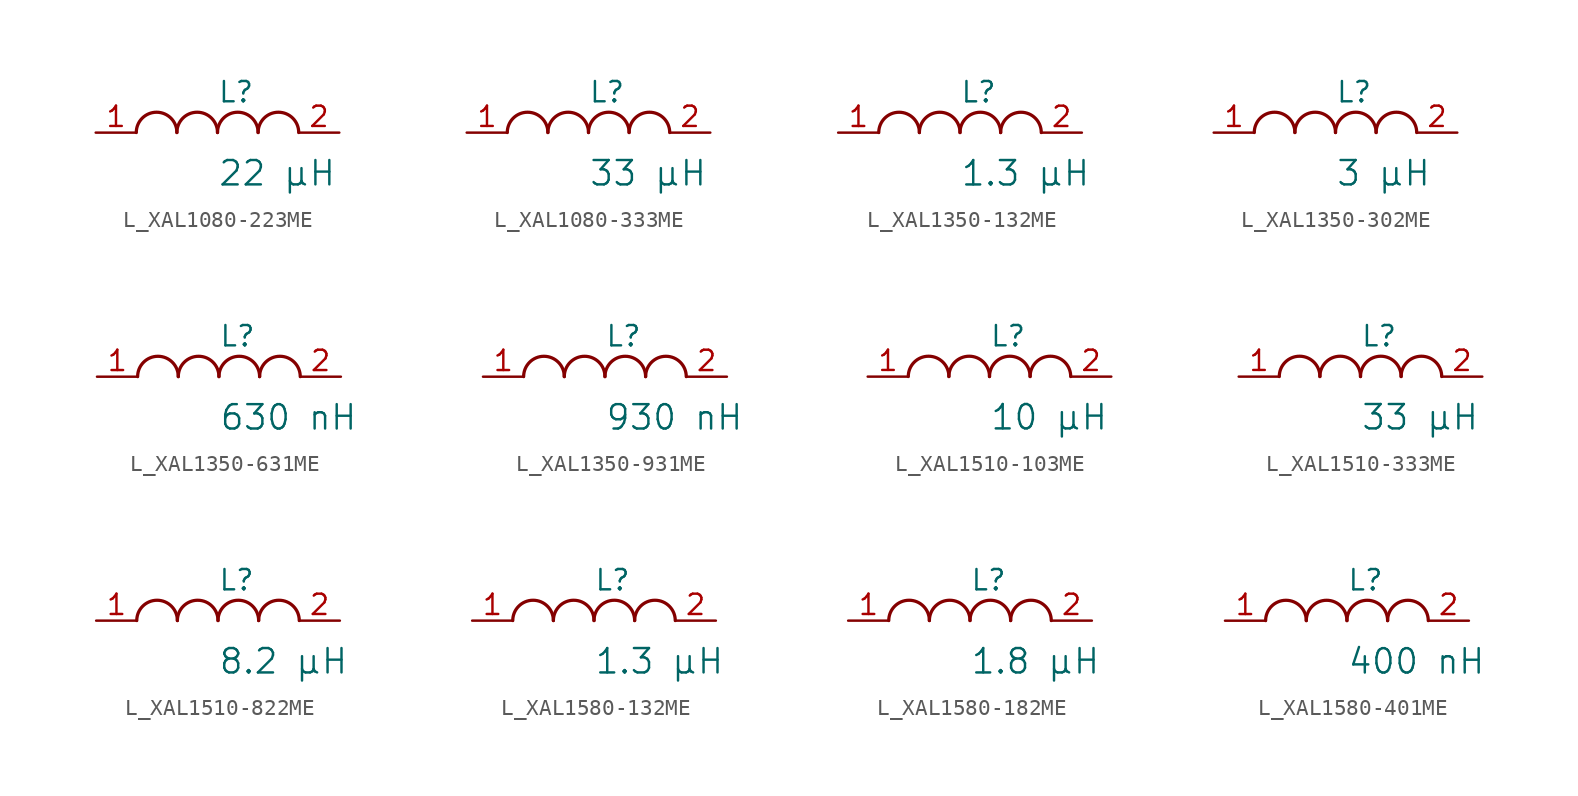
<source format=kicad_sym>
(kicad_symbol_lib
  (version 20231120)
  (generator "kicad_symbol_editor")
  (generator_version "8.0")
  (symbol "L_XAL1080-223ME"
    (pin_names
      (offset 0.254))
    (property "Reference" "L"
      (at 0 2.54 0)
      (effects (font (size 1.27 1.27)) (justify left)))
    (property "Value" "22 µH"
      (at 0 -2.54 0)
      (effects (font (size 1.524 1.524)) (justify left)))
    (symbol "L_XAL1080-223ME_1_1"
      (arc (start -2.54 0.0056) (mid -3.81 1.27) (end -5.08 0.0056) (stroke (width 0.2032) (type default)) (fill (type none)))
      (arc (start 0 0.0056) (mid -1.27 1.27) (end -2.54 0.0056) (stroke (width 0.2032) (type default)) (fill (type none)))
      (arc (start 2.54 0.0056) (mid 1.27 1.27) (end 0 0.0056) (stroke (width 0.2032) (type default)) (fill (type none)))
      (arc (start 5.08 0.0056) (mid 3.81 1.27) (end 2.54 0.0056) (stroke (width 0.2032) (type default)) (fill (type none)))
      (pin unspecified line (at -7.62 0 0) (length 2.54) (name "" (effects (font (size 1.27 1.27)))) (number "1" (effects (font (size 1.27 1.27)))))
      (pin unspecified line (at 7.62 0 180) (length 2.54) (name "" (effects (font (size 1.27 1.27)))) (number "2" (effects (font (size 1.27 1.27)))))))
  (symbol "L_XAL1080-333ME"
    (pin_names
      (offset 0.254))
    (property "Reference" "L"
      (at 0 2.54 0)
      (effects (font (size 1.27 1.27)) (justify left)))
    (property "Value" "33 µH"
      (at 0 -2.54 0)
      (effects (font (size 1.524 1.524)) (justify left)))
    (symbol "L_XAL1080-333ME_1_1"
      (arc (start -2.54 0.0056) (mid -3.81 1.27) (end -5.08 0.0056) (stroke (width 0.2032) (type default)) (fill (type none)))
      (arc (start 0 0.0056) (mid -1.27 1.27) (end -2.54 0.0056) (stroke (width 0.2032) (type default)) (fill (type none)))
      (arc (start 2.54 0.0056) (mid 1.27 1.27) (end 0 0.0056) (stroke (width 0.2032) (type default)) (fill (type none)))
      (arc (start 5.08 0.0056) (mid 3.81 1.27) (end 2.54 0.0056) (stroke (width 0.2032) (type default)) (fill (type none)))
      (pin unspecified line (at -7.62 0 0) (length 2.54) (name "" (effects (font (size 1.27 1.27)))) (number "1" (effects (font (size 1.27 1.27)))))
      (pin unspecified line (at 7.62 0 180) (length 2.54) (name "" (effects (font (size 1.27 1.27)))) (number "2" (effects (font (size 1.27 1.27)))))))
  (symbol "L_XAL1350-132ME"
    (pin_names
      (offset 0.254))
    (property "Reference" "L"
      (at 0 2.54 0)
      (effects (font (size 1.27 1.27)) (justify left)))
    (property "Value" "1.3 µH"
      (at 0 -2.54 0)
      (effects (font (size 1.524 1.524)) (justify left)))
    (symbol "L_XAL1350-132ME_1_1"
      (arc (start -2.54 0.0056) (mid -3.81 1.27) (end -5.08 0.0056) (stroke (width 0.2032) (type default)) (fill (type none)))
      (arc (start 0 0.0056) (mid -1.27 1.27) (end -2.54 0.0056) (stroke (width 0.2032) (type default)) (fill (type none)))
      (arc (start 2.54 0.0056) (mid 1.27 1.27) (end 0 0.0056) (stroke (width 0.2032) (type default)) (fill (type none)))
      (arc (start 5.08 0.0056) (mid 3.81 1.27) (end 2.54 0.0056) (stroke (width 0.2032) (type default)) (fill (type none)))
      (pin unspecified line (at -7.62 0 0) (length 2.54) (name "" (effects (font (size 1.27 1.27)))) (number "1" (effects (font (size 1.27 1.27)))))
      (pin unspecified line (at 7.62 0 180) (length 2.54) (name "" (effects (font (size 1.27 1.27)))) (number "2" (effects (font (size 1.27 1.27)))))))
  (symbol "L_XAL1350-302ME"
    (pin_names
      (offset 0.254))
    (property "Reference" "L"
      (at 0 2.54 0)
      (effects (font (size 1.27 1.27)) (justify left)))
    (property "Value" "3 µH"
      (at 0 -2.54 0)
      (effects (font (size 1.524 1.524)) (justify left)))
    (symbol "L_XAL1350-302ME_1_1"
      (arc (start -2.54 0.0056) (mid -3.81 1.27) (end -5.08 0.0056) (stroke (width 0.2032) (type default)) (fill (type none)))
      (arc (start 0 0.0056) (mid -1.27 1.27) (end -2.54 0.0056) (stroke (width 0.2032) (type default)) (fill (type none)))
      (arc (start 2.54 0.0056) (mid 1.27 1.27) (end 0 0.0056) (stroke (width 0.2032) (type default)) (fill (type none)))
      (arc (start 5.08 0.0056) (mid 3.81 1.27) (end 2.54 0.0056) (stroke (width 0.2032) (type default)) (fill (type none)))
      (pin unspecified line (at -7.62 0 0) (length 2.54) (name "" (effects (font (size 1.27 1.27)))) (number "1" (effects (font (size 1.27 1.27)))))
      (pin unspecified line (at 7.62 0 180) (length 2.54) (name "" (effects (font (size 1.27 1.27)))) (number "2" (effects (font (size 1.27 1.27)))))))
  (symbol "L_XAL1350-631ME"
    (pin_names
      (offset 0.254))
    (property "Reference" "L"
      (at 0 2.54 0)
      (effects (font (size 1.27 1.27)) (justify left)))
    (property "Value" "630 nH"
      (at 0 -2.54 0)
      (effects (font (size 1.524 1.524)) (justify left)))
    (symbol "L_XAL1350-631ME_1_1"
      (arc (start -2.54 0.0056) (mid -3.81 1.27) (end -5.08 0.0056) (stroke (width 0.2032) (type default)) (fill (type none)))
      (arc (start 0 0.0056) (mid -1.27 1.27) (end -2.54 0.0056) (stroke (width 0.2032) (type default)) (fill (type none)))
      (arc (start 2.54 0.0056) (mid 1.27 1.27) (end 0 0.0056) (stroke (width 0.2032) (type default)) (fill (type none)))
      (arc (start 5.08 0.0056) (mid 3.81 1.27) (end 2.54 0.0056) (stroke (width 0.2032) (type default)) (fill (type none)))
      (pin unspecified line (at -7.62 0 0) (length 2.54) (name "" (effects (font (size 1.27 1.27)))) (number "1" (effects (font (size 1.27 1.27)))))
      (pin unspecified line (at 7.62 0 180) (length 2.54) (name "" (effects (font (size 1.27 1.27)))) (number "2" (effects (font (size 1.27 1.27)))))))
  (symbol "L_XAL1350-931ME"
    (pin_names
      (offset 0.254))
    (property "Reference" "L"
      (at 0 2.54 0)
      (effects (font (size 1.27 1.27)) (justify left)))
    (property "Value" "930 nH"
      (at 0 -2.54 0)
      (effects (font (size 1.524 1.524)) (justify left)))
    (symbol "L_XAL1350-931ME_1_1"
      (arc (start -2.54 0.0056) (mid -3.81 1.27) (end -5.08 0.0056) (stroke (width 0.2032) (type default)) (fill (type none)))
      (arc (start 0 0.0056) (mid -1.27 1.27) (end -2.54 0.0056) (stroke (width 0.2032) (type default)) (fill (type none)))
      (arc (start 2.54 0.0056) (mid 1.27 1.27) (end 0 0.0056) (stroke (width 0.2032) (type default)) (fill (type none)))
      (arc (start 5.08 0.0056) (mid 3.81 1.27) (end 2.54 0.0056) (stroke (width 0.2032) (type default)) (fill (type none)))
      (pin unspecified line (at -7.62 0 0) (length 2.54) (name "" (effects (font (size 1.27 1.27)))) (number "1" (effects (font (size 1.27 1.27)))))
      (pin unspecified line (at 7.62 0 180) (length 2.54) (name "" (effects (font (size 1.27 1.27)))) (number "2" (effects (font (size 1.27 1.27)))))))
  (symbol "L_XAL1510-103ME"
    (pin_names
      (offset 0.254))
    (property "Reference" "L"
      (at 0 2.54 0)
      (effects (font (size 1.27 1.27)) (justify left)))
    (property "Value" "10 µH"
      (at 0 -2.54 0)
      (effects (font (size 1.524 1.524)) (justify left)))
    (symbol "L_XAL1510-103ME_1_1"
      (arc (start -2.54 0.0056) (mid -3.81 1.27) (end -5.08 0.0056) (stroke (width 0.2032) (type default)) (fill (type none)))
      (arc (start 0 0.0056) (mid -1.27 1.27) (end -2.54 0.0056) (stroke (width 0.2032) (type default)) (fill (type none)))
      (arc (start 2.54 0.0056) (mid 1.27 1.27) (end 0 0.0056) (stroke (width 0.2032) (type default)) (fill (type none)))
      (arc (start 5.08 0.0056) (mid 3.81 1.27) (end 2.54 0.0056) (stroke (width 0.2032) (type default)) (fill (type none)))
      (pin unspecified line (at -7.62 0 0) (length 2.54) (name "" (effects (font (size 1.27 1.27)))) (number "1" (effects (font (size 1.27 1.27)))))
      (pin unspecified line (at 7.62 0 180) (length 2.54) (name "" (effects (font (size 1.27 1.27)))) (number "2" (effects (font (size 1.27 1.27)))))))
  (symbol "L_XAL1510-333ME"
    (pin_names
      (offset 0.254))
    (property "Reference" "L"
      (at 0 2.54 0)
      (effects (font (size 1.27 1.27)) (justify left)))
    (property "Value" "33 µH"
      (at 0 -2.54 0)
      (effects (font (size 1.524 1.524)) (justify left)))
    (symbol "L_XAL1510-333ME_1_1"
      (arc (start -2.54 0.0056) (mid -3.81 1.27) (end -5.08 0.0056) (stroke (width 0.2032) (type default)) (fill (type none)))
      (arc (start 0 0.0056) (mid -1.27 1.27) (end -2.54 0.0056) (stroke (width 0.2032) (type default)) (fill (type none)))
      (arc (start 2.54 0.0056) (mid 1.27 1.27) (end 0 0.0056) (stroke (width 0.2032) (type default)) (fill (type none)))
      (arc (start 5.08 0.0056) (mid 3.81 1.27) (end 2.54 0.0056) (stroke (width 0.2032) (type default)) (fill (type none)))
      (pin unspecified line (at -7.62 0 0) (length 2.54) (name "" (effects (font (size 1.27 1.27)))) (number "1" (effects (font (size 1.27 1.27)))))
      (pin unspecified line (at 7.62 0 180) (length 2.54) (name "" (effects (font (size 1.27 1.27)))) (number "2" (effects (font (size 1.27 1.27)))))))
  (symbol "L_XAL1510-822ME"
    (pin_names
      (offset 0.254))
    (property "Reference" "L"
      (at 0 2.54 0)
      (effects (font (size 1.27 1.27)) (justify left)))
    (property "Value" "8.2 µH"
      (at 0 -2.54 0)
      (effects (font (size 1.524 1.524)) (justify left)))
    (symbol "L_XAL1510-822ME_1_1"
      (arc (start -2.54 0.0056) (mid -3.81 1.27) (end -5.08 0.0056) (stroke (width 0.2032) (type default)) (fill (type none)))
      (arc (start 0 0.0056) (mid -1.27 1.27) (end -2.54 0.0056) (stroke (width 0.2032) (type default)) (fill (type none)))
      (arc (start 2.54 0.0056) (mid 1.27 1.27) (end 0 0.0056) (stroke (width 0.2032) (type default)) (fill (type none)))
      (arc (start 5.08 0.0056) (mid 3.81 1.27) (end 2.54 0.0056) (stroke (width 0.2032) (type default)) (fill (type none)))
      (pin unspecified line (at -7.62 0 0) (length 2.54) (name "" (effects (font (size 1.27 1.27)))) (number "1" (effects (font (size 1.27 1.27)))))
      (pin unspecified line (at 7.62 0 180) (length 2.54) (name "" (effects (font (size 1.27 1.27)))) (number "2" (effects (font (size 1.27 1.27)))))))
  (symbol "L_XAL1580-132ME"
    (pin_names
      (offset 0.254))
    (property "Reference" "L"
      (at 0 2.54 0)
      (effects (font (size 1.27 1.27)) (justify left)))
    (property "Value" "1.3 µH"
      (at 0 -2.54 0)
      (effects (font (size 1.524 1.524)) (justify left)))
    (symbol "L_XAL1580-132ME_1_1"
      (arc (start -2.54 0.0056) (mid -3.81 1.27) (end -5.08 0.0056) (stroke (width 0.2032) (type default)) (fill (type none)))
      (arc (start 0 0.0056) (mid -1.27 1.27) (end -2.54 0.0056) (stroke (width 0.2032) (type default)) (fill (type none)))
      (arc (start 2.54 0.0056) (mid 1.27 1.27) (end 0 0.0056) (stroke (width 0.2032) (type default)) (fill (type none)))
      (arc (start 5.08 0.0056) (mid 3.81 1.27) (end 2.54 0.0056) (stroke (width 0.2032) (type default)) (fill (type none)))
      (pin unspecified line (at -7.62 0 0) (length 2.54) (name "" (effects (font (size 1.27 1.27)))) (number "1" (effects (font (size 1.27 1.27)))))
      (pin unspecified line (at 7.62 0 180) (length 2.54) (name "" (effects (font (size 1.27 1.27)))) (number "2" (effects (font (size 1.27 1.27)))))))
  (symbol "L_XAL1580-182ME"
    (pin_names
      (offset 0.254))
    (property "Reference" "L"
      (at 0 2.54 0)
      (effects (font (size 1.27 1.27)) (justify left)))
    (property "Value" "1.8 µH"
      (at 0 -2.54 0)
      (effects (font (size 1.524 1.524)) (justify left)))
    (symbol "L_XAL1580-182ME_1_1"
      (arc (start -2.54 0.0056) (mid -3.81 1.27) (end -5.08 0.0056) (stroke (width 0.2032) (type default)) (fill (type none)))
      (arc (start 0 0.0056) (mid -1.27 1.27) (end -2.54 0.0056) (stroke (width 0.2032) (type default)) (fill (type none)))
      (arc (start 2.54 0.0056) (mid 1.27 1.27) (end 0 0.0056) (stroke (width 0.2032) (type default)) (fill (type none)))
      (arc (start 5.08 0.0056) (mid 3.81 1.27) (end 2.54 0.0056) (stroke (width 0.2032) (type default)) (fill (type none)))
      (pin unspecified line (at -7.62 0 0) (length 2.54) (name "" (effects (font (size 1.27 1.27)))) (number "1" (effects (font (size 1.27 1.27)))))
      (pin unspecified line (at 7.62 0 180) (length 2.54) (name "" (effects (font (size 1.27 1.27)))) (number "2" (effects (font (size 1.27 1.27)))))))
  (symbol "L_XAL1580-401ME"
    (pin_names
      (offset 0.254))
    (property "Reference" "L"
      (at 0 2.54 0)
      (effects (font (size 1.27 1.27)) (justify left)))
    (property "Value" "400 nH"
      (at 0 -2.54 0)
      (effects (font (size 1.524 1.524)) (justify left)))
    (symbol "L_XAL1580-401ME_1_1"
      (arc (start -2.54 0.0056) (mid -3.81 1.27) (end -5.08 0.0056) (stroke (width 0.2032) (type default)) (fill (type none)))
      (arc (start 0 0.0056) (mid -1.27 1.27) (end -2.54 0.0056) (stroke (width 0.2032) (type default)) (fill (type none)))
      (arc (start 2.54 0.0056) (mid 1.27 1.27) (end 0 0.0056) (stroke (width 0.2032) (type default)) (fill (type none)))
      (arc (start 5.08 0.0056) (mid 3.81 1.27) (end 2.54 0.0056) (stroke (width 0.2032) (type default)) (fill (type none)))
      (pin unspecified line (at -7.62 0 0) (length 2.54) (name "" (effects (font (size 1.27 1.27)))) (number "1" (effects (font (size 1.27 1.27)))))
      (pin unspecified line (at 7.62 0 180) (length 2.54) (name "" (effects (font (size 1.27 1.27)))) (number "2" (effects (font (size 1.27 1.27))))))))
</source>
